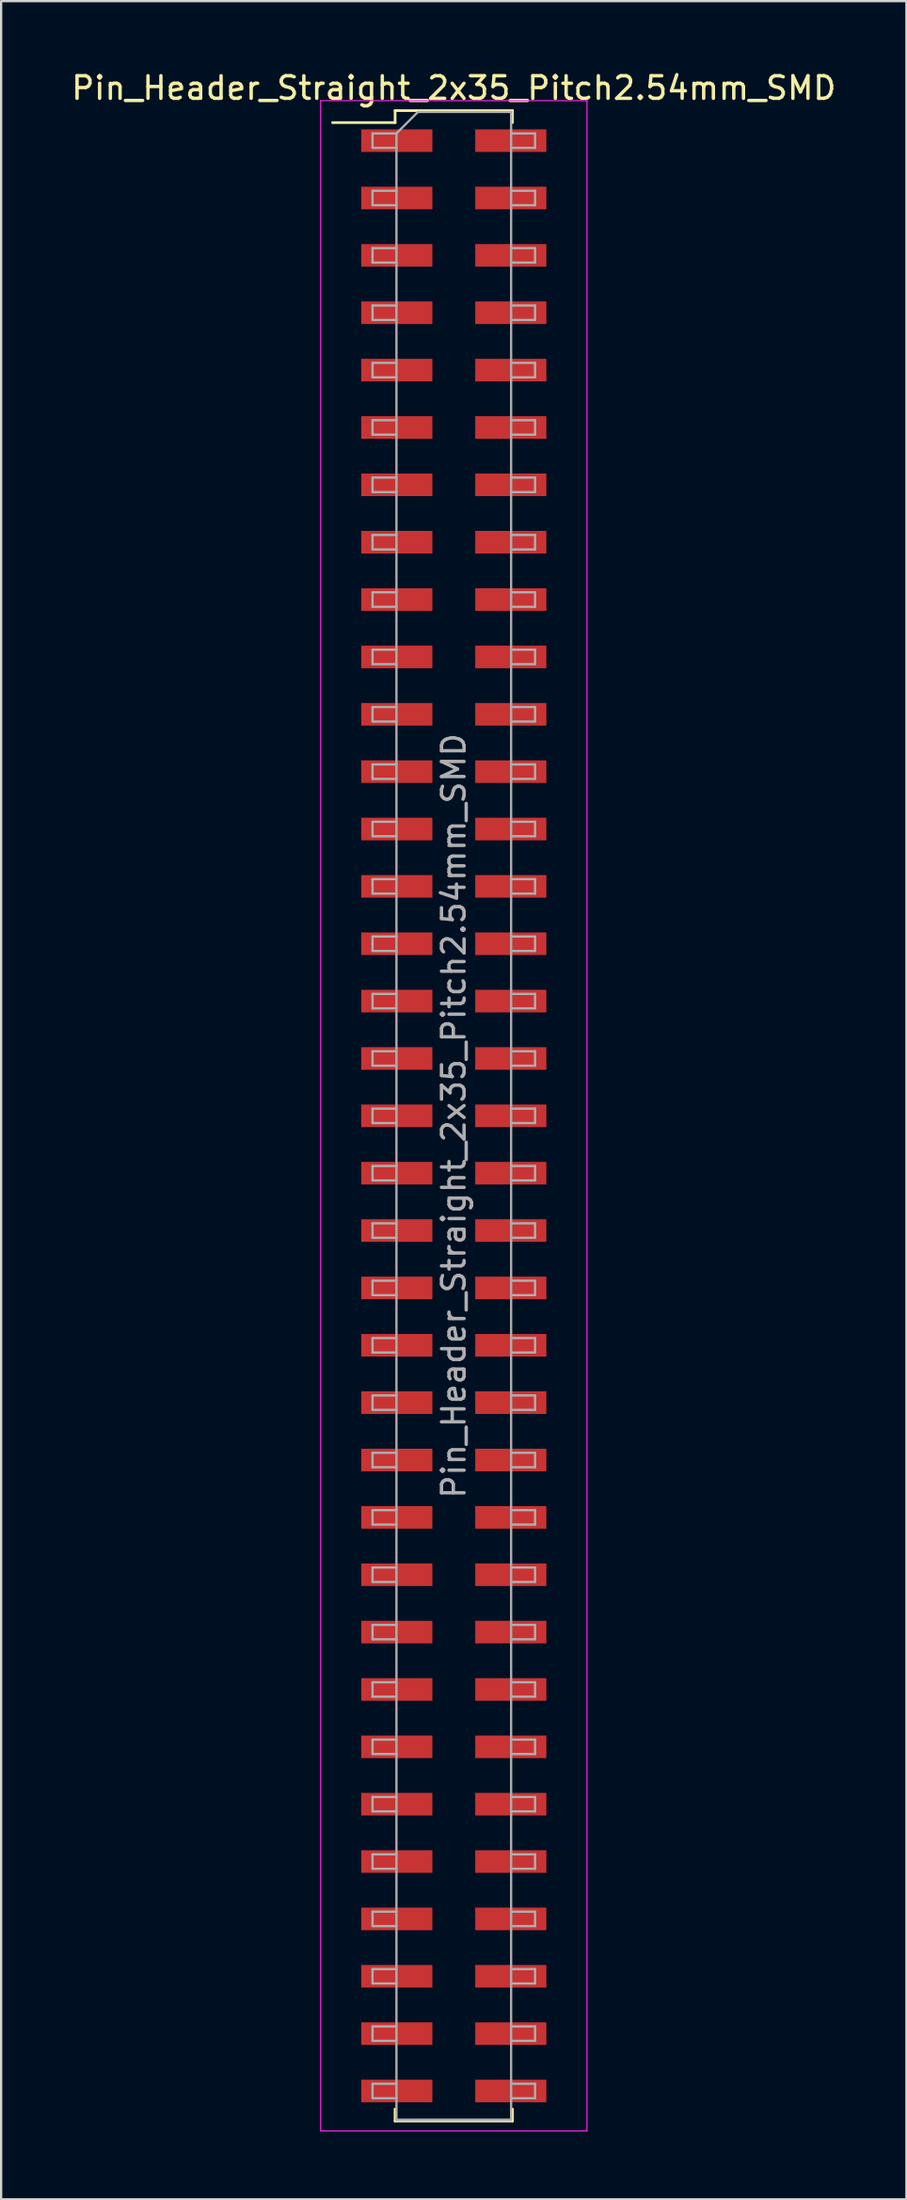
<source format=kicad_pcb>
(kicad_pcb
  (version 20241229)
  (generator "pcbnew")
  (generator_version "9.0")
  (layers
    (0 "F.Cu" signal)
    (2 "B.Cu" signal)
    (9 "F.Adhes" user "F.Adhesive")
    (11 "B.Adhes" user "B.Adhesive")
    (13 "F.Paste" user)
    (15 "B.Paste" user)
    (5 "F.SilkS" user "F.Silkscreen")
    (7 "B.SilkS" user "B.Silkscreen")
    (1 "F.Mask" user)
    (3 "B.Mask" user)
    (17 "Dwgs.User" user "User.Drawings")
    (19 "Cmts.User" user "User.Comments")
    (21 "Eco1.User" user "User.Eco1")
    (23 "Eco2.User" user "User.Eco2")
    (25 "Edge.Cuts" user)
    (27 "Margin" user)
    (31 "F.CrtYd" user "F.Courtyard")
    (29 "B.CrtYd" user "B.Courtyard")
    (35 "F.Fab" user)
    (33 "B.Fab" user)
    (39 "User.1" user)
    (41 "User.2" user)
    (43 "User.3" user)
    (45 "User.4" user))
  (footprint "Pin_Header_Straight_2x35_Pitch2.54mm_SMD"
    (layer "F.Cu")
    (at 17.054 46.358)
    (property "Reference" "Pin_Header_Straight_2x35_Pitch2.54mm_SMD" (at 0 -45.51 0) (layer "F.SilkS") (effects (font (size 1 1) (thickness 0.15))))
    (attr smd)
    (fp_line (start -5.37 -43.98) (end -2.6 -43.98) (stroke (width 0.12) (type solid)) (layer "F.SilkS"))
    (fp_line (start -2.6 -44.51) (end 2.6 -44.51) (stroke (width 0.12) (type solid)) (layer "F.SilkS"))
    (fp_line (start -2.6 -43.98) (end -2.6 -44.51) (stroke (width 0.12) (type solid)) (layer "F.SilkS"))
    (fp_line (start -2.6 43.98) (end -2.6 44.51) (stroke (width 0.12) (type solid)) (layer "F.SilkS"))
    (fp_line (start -2.6 44.51) (end 2.6 44.51) (stroke (width 0.12) (type solid)) (layer "F.SilkS"))
    (fp_line (start 2.6 -44.51) (end 2.6 -43.98) (stroke (width 0.12) (type solid)) (layer "F.SilkS"))
    (fp_line (start 2.6 44.51) (end 2.6 43.98) (stroke (width 0.12) (type solid)) (layer "F.SilkS"))
    (fp_line (start -5.9 -44.95) (end -5.9 44.95) (stroke (width 0.05) (type solid)) (layer "F.CrtYd"))
    (fp_line (start -5.9 44.95) (end 5.9 44.95) (stroke (width 0.05) (type solid)) (layer "F.CrtYd"))
    (fp_line (start 5.9 -44.95) (end -5.9 -44.95) (stroke (width 0.05) (type solid)) (layer "F.CrtYd"))
    (fp_line (start 5.9 44.95) (end 5.9 -44.95) (stroke (width 0.05) (type solid)) (layer "F.CrtYd"))
    (fp_line (start -3.6 -43.5) (end -3.6 -42.86) (stroke (width 0.1) (type solid)) (layer "F.Fab"))
    (fp_line (start -3.6 -42.86) (end -2.54 -42.86) (stroke (width 0.1) (type solid)) (layer "F.Fab"))
    (fp_line (start -3.6 -40.96) (end -3.6 -40.32) (stroke (width 0.1) (type solid)) (layer "F.Fab"))
    (fp_line (start -3.6 -40.32) (end -2.54 -40.32) (stroke (width 0.1) (type solid)) (layer "F.Fab"))
    (fp_line (start -3.6 -38.42) (end -3.6 -37.78) (stroke (width 0.1) (type solid)) (layer "F.Fab"))
    (fp_line (start -3.6 -37.78) (end -2.54 -37.78) (stroke (width 0.1) (type solid)) (layer "F.Fab"))
    (fp_line (start -3.6 -35.88) (end -3.6 -35.24) (stroke (width 0.1) (type solid)) (layer "F.Fab"))
    (fp_line (start -3.6 -35.24) (end -2.54 -35.24) (stroke (width 0.1) (type solid)) (layer "F.Fab"))
    (fp_line (start -3.6 -33.34) (end -3.6 -32.7) (stroke (width 0.1) (type solid)) (layer "F.Fab"))
    (fp_line (start -3.6 -32.7) (end -2.54 -32.7) (stroke (width 0.1) (type solid)) (layer "F.Fab"))
    (fp_line (start -3.6 -30.8) (end -3.6 -30.16) (stroke (width 0.1) (type solid)) (layer "F.Fab"))
    (fp_line (start -3.6 -30.16) (end -2.54 -30.16) (stroke (width 0.1) (type solid)) (layer "F.Fab"))
    (fp_line (start -3.6 -28.26) (end -3.6 -27.62) (stroke (width 0.1) (type solid)) (layer "F.Fab"))
    (fp_line (start -3.6 -27.62) (end -2.54 -27.62) (stroke (width 0.1) (type solid)) (layer "F.Fab"))
    (fp_line (start -3.6 -25.72) (end -3.6 -25.08) (stroke (width 0.1) (type solid)) (layer "F.Fab"))
    (fp_line (start -3.6 -25.08) (end -2.54 -25.08) (stroke (width 0.1) (type solid)) (layer "F.Fab"))
    (fp_line (start -3.6 -23.18) (end -3.6 -22.54) (stroke (width 0.1) (type solid)) (layer "F.Fab"))
    (fp_line (start -3.6 -22.54) (end -2.54 -22.54) (stroke (width 0.1) (type solid)) (layer "F.Fab"))
    (fp_line (start -3.6 -20.64) (end -3.6 -20) (stroke (width 0.1) (type solid)) (layer "F.Fab"))
    (fp_line (start -3.6 -20) (end -2.54 -20) (stroke (width 0.1) (type solid)) (layer "F.Fab"))
    (fp_line (start -3.6 -18.1) (end -3.6 -17.46) (stroke (width 0.1) (type solid)) (layer "F.Fab"))
    (fp_line (start -3.6 -17.46) (end -2.54 -17.46) (stroke (width 0.1) (type solid)) (layer "F.Fab"))
    (fp_line (start -3.6 -15.56) (end -3.6 -14.92) (stroke (width 0.1) (type solid)) (layer "F.Fab"))
    (fp_line (start -3.6 -14.92) (end -2.54 -14.92) (stroke (width 0.1) (type solid)) (layer "F.Fab"))
    (fp_line (start -3.6 -13.02) (end -3.6 -12.38) (stroke (width 0.1) (type solid)) (layer "F.Fab"))
    (fp_line (start -3.6 -12.38) (end -2.54 -12.38) (stroke (width 0.1) (type solid)) (layer "F.Fab"))
    (fp_line (start -3.6 -10.48) (end -3.6 -9.84) (stroke (width 0.1) (type solid)) (layer "F.Fab"))
    (fp_line (start -3.6 -9.84) (end -2.54 -9.84) (stroke (width 0.1) (type solid)) (layer "F.Fab"))
    (fp_line (start -3.6 -7.94) (end -3.6 -7.3) (stroke (width 0.1) (type solid)) (layer "F.Fab"))
    (fp_line (start -3.6 -7.3) (end -2.54 -7.3) (stroke (width 0.1) (type solid)) (layer "F.Fab"))
    (fp_line (start -3.6 -5.4) (end -3.6 -4.76) (stroke (width 0.1) (type solid)) (layer "F.Fab"))
    (fp_line (start -3.6 -4.76) (end -2.54 -4.76) (stroke (width 0.1) (type solid)) (layer "F.Fab"))
    (fp_line (start -3.6 -2.86) (end -3.6 -2.22) (stroke (width 0.1) (type solid)) (layer "F.Fab"))
    (fp_line (start -3.6 -2.22) (end -2.54 -2.22) (stroke (width 0.1) (type solid)) (layer "F.Fab"))
    (fp_line (start -3.6 -0.32) (end -3.6 0.32) (stroke (width 0.1) (type solid)) (layer "F.Fab"))
    (fp_line (start -3.6 0.32) (end -2.54 0.32) (stroke (width 0.1) (type solid)) (layer "F.Fab"))
    (fp_line (start -3.6 2.22) (end -3.6 2.86) (stroke (width 0.1) (type solid)) (layer "F.Fab"))
    (fp_line (start -3.6 2.86) (end -2.54 2.86) (stroke (width 0.1) (type solid)) (layer "F.Fab"))
    (fp_line (start -3.6 4.76) (end -3.6 5.4) (stroke (width 0.1) (type solid)) (layer "F.Fab"))
    (fp_line (start -3.6 5.4) (end -2.54 5.4) (stroke (width 0.1) (type solid)) (layer "F.Fab"))
    (fp_line (start -3.6 7.3) (end -3.6 7.94) (stroke (width 0.1) (type solid)) (layer "F.Fab"))
    (fp_line (start -3.6 7.94) (end -2.54 7.94) (stroke (width 0.1) (type solid)) (layer "F.Fab"))
    (fp_line (start -3.6 9.84) (end -3.6 10.48) (stroke (width 0.1) (type solid)) (layer "F.Fab"))
    (fp_line (start -3.6 10.48) (end -2.54 10.48) (stroke (width 0.1) (type solid)) (layer "F.Fab"))
    (fp_line (start -3.6 12.38) (end -3.6 13.02) (stroke (width 0.1) (type solid)) (layer "F.Fab"))
    (fp_line (start -3.6 13.02) (end -2.54 13.02) (stroke (width 0.1) (type solid)) (layer "F.Fab"))
    (fp_line (start -3.6 14.92) (end -3.6 15.56) (stroke (width 0.1) (type solid)) (layer "F.Fab"))
    (fp_line (start -3.6 15.56) (end -2.54 15.56) (stroke (width 0.1) (type solid)) (layer "F.Fab"))
    (fp_line (start -3.6 17.46) (end -3.6 18.1) (stroke (width 0.1) (type solid)) (layer "F.Fab"))
    (fp_line (start -3.6 18.1) (end -2.54 18.1) (stroke (width 0.1) (type solid)) (layer "F.Fab"))
    (fp_line (start -3.6 20) (end -3.6 20.64) (stroke (width 0.1) (type solid)) (layer "F.Fab"))
    (fp_line (start -3.6 20.64) (end -2.54 20.64) (stroke (width 0.1) (type solid)) (layer "F.Fab"))
    (fp_line (start -3.6 22.54) (end -3.6 23.18) (stroke (width 0.1) (type solid)) (layer "F.Fab"))
    (fp_line (start -3.6 23.18) (end -2.54 23.18) (stroke (width 0.1) (type solid)) (layer "F.Fab"))
    (fp_line (start -3.6 25.08) (end -3.6 25.72) (stroke (width 0.1) (type solid)) (layer "F.Fab"))
    (fp_line (start -3.6 25.72) (end -2.54 25.72) (stroke (width 0.1) (type solid)) (layer "F.Fab"))
    (fp_line (start -3.6 27.62) (end -3.6 28.26) (stroke (width 0.1) (type solid)) (layer "F.Fab"))
    (fp_line (start -3.6 28.26) (end -2.54 28.26) (stroke (width 0.1) (type solid)) (layer "F.Fab"))
    (fp_line (start -3.6 30.16) (end -3.6 30.8) (stroke (width 0.1) (type solid)) (layer "F.Fab"))
    (fp_line (start -3.6 30.8) (end -2.54 30.8) (stroke (width 0.1) (type solid)) (layer "F.Fab"))
    (fp_line (start -3.6 32.7) (end -3.6 33.34) (stroke (width 0.1) (type solid)) (layer "F.Fab"))
    (fp_line (start -3.6 33.34) (end -2.54 33.34) (stroke (width 0.1) (type solid)) (layer "F.Fab"))
    (fp_line (start -3.6 35.24) (end -3.6 35.88) (stroke (width 0.1) (type solid)) (layer "F.Fab"))
    (fp_line (start -3.6 35.88) (end -2.54 35.88) (stroke (width 0.1) (type solid)) (layer "F.Fab"))
    (fp_line (start -3.6 37.78) (end -3.6 38.42) (stroke (width 0.1) (type solid)) (layer "F.Fab"))
    (fp_line (start -3.6 38.42) (end -2.54 38.42) (stroke (width 0.1) (type solid)) (layer "F.Fab"))
    (fp_line (start -3.6 40.32) (end -3.6 40.96) (stroke (width 0.1) (type solid)) (layer "F.Fab"))
    (fp_line (start -3.6 40.96) (end -2.54 40.96) (stroke (width 0.1) (type solid)) (layer "F.Fab"))
    (fp_line (start -3.6 42.86) (end -3.6 43.5) (stroke (width 0.1) (type solid)) (layer "F.Fab"))
    (fp_line (start -3.6 43.5) (end -2.54 43.5) (stroke (width 0.1) (type solid)) (layer "F.Fab"))
    (fp_line (start -2.54 -43.5) (end -3.6 -43.5) (stroke (width 0.1) (type solid)) (layer "F.Fab"))
    (fp_line (start -2.54 -43.5) (end -1.59 -44.45) (stroke (width 0.1) (type solid)) (layer "F.Fab"))
    (fp_line (start -2.54 -40.96) (end -3.6 -40.96) (stroke (width 0.1) (type solid)) (layer "F.Fab"))
    (fp_line (start -2.54 -38.42) (end -3.6 -38.42) (stroke (width 0.1) (type solid)) (layer "F.Fab"))
    (fp_line (start -2.54 -35.88) (end -3.6 -35.88) (stroke (width 0.1) (type solid)) (layer "F.Fab"))
    (fp_line (start -2.54 -33.34) (end -3.6 -33.34) (stroke (width 0.1) (type solid)) (layer "F.Fab"))
    (fp_line (start -2.54 -30.8) (end -3.6 -30.8) (stroke (width 0.1) (type solid)) (layer "F.Fab"))
    (fp_line (start -2.54 -28.26) (end -3.6 -28.26) (stroke (width 0.1) (type solid)) (layer "F.Fab"))
    (fp_line (start -2.54 -25.72) (end -3.6 -25.72) (stroke (width 0.1) (type solid)) (layer "F.Fab"))
    (fp_line (start -2.54 -23.18) (end -3.6 -23.18) (stroke (width 0.1) (type solid)) (layer "F.Fab"))
    (fp_line (start -2.54 -20.64) (end -3.6 -20.64) (stroke (width 0.1) (type solid)) (layer "F.Fab"))
    (fp_line (start -2.54 -18.1) (end -3.6 -18.1) (stroke (width 0.1) (type solid)) (layer "F.Fab"))
    (fp_line (start -2.54 -15.56) (end -3.6 -15.56) (stroke (width 0.1) (type solid)) (layer "F.Fab"))
    (fp_line (start -2.54 -13.02) (end -3.6 -13.02) (stroke (width 0.1) (type solid)) (layer "F.Fab"))
    (fp_line (start -2.54 -10.48) (end -3.6 -10.48) (stroke (width 0.1) (type solid)) (layer "F.Fab"))
    (fp_line (start -2.54 -7.94) (end -3.6 -7.94) (stroke (width 0.1) (type solid)) (layer "F.Fab"))
    (fp_line (start -2.54 -5.4) (end -3.6 -5.4) (stroke (width 0.1) (type solid)) (layer "F.Fab"))
    (fp_line (start -2.54 -2.86) (end -3.6 -2.86) (stroke (width 0.1) (type solid)) (layer "F.Fab"))
    (fp_line (start -2.54 -0.32) (end -3.6 -0.32) (stroke (width 0.1) (type solid)) (layer "F.Fab"))
    (fp_line (start -2.54 2.22) (end -3.6 2.22) (stroke (width 0.1) (type solid)) (layer "F.Fab"))
    (fp_line (start -2.54 4.76) (end -3.6 4.76) (stroke (width 0.1) (type solid)) (layer "F.Fab"))
    (fp_line (start -2.54 7.3) (end -3.6 7.3) (stroke (width 0.1) (type solid)) (layer "F.Fab"))
    (fp_line (start -2.54 9.84) (end -3.6 9.84) (stroke (width 0.1) (type solid)) (layer "F.Fab"))
    (fp_line (start -2.54 12.38) (end -3.6 12.38) (stroke (width 0.1) (type solid)) (layer "F.Fab"))
    (fp_line (start -2.54 14.92) (end -3.6 14.92) (stroke (width 0.1) (type solid)) (layer "F.Fab"))
    (fp_line (start -2.54 17.46) (end -3.6 17.46) (stroke (width 0.1) (type solid)) (layer "F.Fab"))
    (fp_line (start -2.54 20) (end -3.6 20) (stroke (width 0.1) (type solid)) (layer "F.Fab"))
    (fp_line (start -2.54 22.54) (end -3.6 22.54) (stroke (width 0.1) (type solid)) (layer "F.Fab"))
    (fp_line (start -2.54 25.08) (end -3.6 25.08) (stroke (width 0.1) (type solid)) (layer "F.Fab"))
    (fp_line (start -2.54 27.62) (end -3.6 27.62) (stroke (width 0.1) (type solid)) (layer "F.Fab"))
    (fp_line (start -2.54 30.16) (end -3.6 30.16) (stroke (width 0.1) (type solid)) (layer "F.Fab"))
    (fp_line (start -2.54 32.7) (end -3.6 32.7) (stroke (width 0.1) (type solid)) (layer "F.Fab"))
    (fp_line (start -2.54 35.24) (end -3.6 35.24) (stroke (width 0.1) (type solid)) (layer "F.Fab"))
    (fp_line (start -2.54 37.78) (end -3.6 37.78) (stroke (width 0.1) (type solid)) (layer "F.Fab"))
    (fp_line (start -2.54 40.32) (end -3.6 40.32) (stroke (width 0.1) (type solid)) (layer "F.Fab"))
    (fp_line (start -2.54 42.86) (end -3.6 42.86) (stroke (width 0.1) (type solid)) (layer "F.Fab"))
    (fp_line (start -2.54 44.45) (end -2.54 -43.5) (stroke (width 0.1) (type solid)) (layer "F.Fab"))
    (fp_line (start -1.59 -44.45) (end 2.54 -44.45) (stroke (width 0.1) (type solid)) (layer "F.Fab"))
    (fp_line (start 2.54 -44.45) (end 2.54 44.45) (stroke (width 0.1) (type solid)) (layer "F.Fab"))
    (fp_line (start 2.54 -43.5) (end 3.6 -43.5) (stroke (width 0.1) (type solid)) (layer "F.Fab"))
    (fp_line (start 2.54 -40.96) (end 3.6 -40.96) (stroke (width 0.1) (type solid)) (layer "F.Fab"))
    (fp_line (start 2.54 -38.42) (end 3.6 -38.42) (stroke (width 0.1) (type solid)) (layer "F.Fab"))
    (fp_line (start 2.54 -35.88) (end 3.6 -35.88) (stroke (width 0.1) (type solid)) (layer "F.Fab"))
    (fp_line (start 2.54 -33.34) (end 3.6 -33.34) (stroke (width 0.1) (type solid)) (layer "F.Fab"))
    (fp_line (start 2.54 -30.8) (end 3.6 -30.8) (stroke (width 0.1) (type solid)) (layer "F.Fab"))
    (fp_line (start 2.54 -28.26) (end 3.6 -28.26) (stroke (width 0.1) (type solid)) (layer "F.Fab"))
    (fp_line (start 2.54 -25.72) (end 3.6 -25.72) (stroke (width 0.1) (type solid)) (layer "F.Fab"))
    (fp_line (start 2.54 -23.18) (end 3.6 -23.18) (stroke (width 0.1) (type solid)) (layer "F.Fab"))
    (fp_line (start 2.54 -20.64) (end 3.6 -20.64) (stroke (width 0.1) (type solid)) (layer "F.Fab"))
    (fp_line (start 2.54 -18.1) (end 3.6 -18.1) (stroke (width 0.1) (type solid)) (layer "F.Fab"))
    (fp_line (start 2.54 -15.56) (end 3.6 -15.56) (stroke (width 0.1) (type solid)) (layer "F.Fab"))
    (fp_line (start 2.54 -13.02) (end 3.6 -13.02) (stroke (width 0.1) (type solid)) (layer "F.Fab"))
    (fp_line (start 2.54 -10.48) (end 3.6 -10.48) (stroke (width 0.1) (type solid)) (layer "F.Fab"))
    (fp_line (start 2.54 -7.94) (end 3.6 -7.94) (stroke (width 0.1) (type solid)) (layer "F.Fab"))
    (fp_line (start 2.54 -5.4) (end 3.6 -5.4) (stroke (width 0.1) (type solid)) (layer "F.Fab"))
    (fp_line (start 2.54 -2.86) (end 3.6 -2.86) (stroke (width 0.1) (type solid)) (layer "F.Fab"))
    (fp_line (start 2.54 -0.32) (end 3.6 -0.32) (stroke (width 0.1) (type solid)) (layer "F.Fab"))
    (fp_line (start 2.54 2.22) (end 3.6 2.22) (stroke (width 0.1) (type solid)) (layer "F.Fab"))
    (fp_line (start 2.54 4.76) (end 3.6 4.76) (stroke (width 0.1) (type solid)) (layer "F.Fab"))
    (fp_line (start 2.54 7.3) (end 3.6 7.3) (stroke (width 0.1) (type solid)) (layer "F.Fab"))
    (fp_line (start 2.54 9.84) (end 3.6 9.84) (stroke (width 0.1) (type solid)) (layer "F.Fab"))
    (fp_line (start 2.54 12.38) (end 3.6 12.38) (stroke (width 0.1) (type solid)) (layer "F.Fab"))
    (fp_line (start 2.54 14.92) (end 3.6 14.92) (stroke (width 0.1) (type solid)) (layer "F.Fab"))
    (fp_line (start 2.54 17.46) (end 3.6 17.46) (stroke (width 0.1) (type solid)) (layer "F.Fab"))
    (fp_line (start 2.54 20) (end 3.6 20) (stroke (width 0.1) (type solid)) (layer "F.Fab"))
    (fp_line (start 2.54 22.54) (end 3.6 22.54) (stroke (width 0.1) (type solid)) (layer "F.Fab"))
    (fp_line (start 2.54 25.08) (end 3.6 25.08) (stroke (width 0.1) (type solid)) (layer "F.Fab"))
    (fp_line (start 2.54 27.62) (end 3.6 27.62) (stroke (width 0.1) (type solid)) (layer "F.Fab"))
    (fp_line (start 2.54 30.16) (end 3.6 30.16) (stroke (width 0.1) (type solid)) (layer "F.Fab"))
    (fp_line (start 2.54 32.7) (end 3.6 32.7) (stroke (width 0.1) (type solid)) (layer "F.Fab"))
    (fp_line (start 2.54 35.24) (end 3.6 35.24) (stroke (width 0.1) (type solid)) (layer "F.Fab"))
    (fp_line (start 2.54 37.78) (end 3.6 37.78) (stroke (width 0.1) (type solid)) (layer "F.Fab"))
    (fp_line (start 2.54 40.32) (end 3.6 40.32) (stroke (width 0.1) (type solid)) (layer "F.Fab"))
    (fp_line (start 2.54 42.86) (end 3.6 42.86) (stroke (width 0.1) (type solid)) (layer "F.Fab"))
    (fp_line (start 2.54 44.45) (end -2.54 44.45) (stroke (width 0.1) (type solid)) (layer "F.Fab"))
    (fp_line (start 3.6 -43.5) (end 3.6 -42.86) (stroke (width 0.1) (type solid)) (layer "F.Fab"))
    (fp_line (start 3.6 -42.86) (end 2.54 -42.86) (stroke (width 0.1) (type solid)) (layer "F.Fab"))
    (fp_line (start 3.6 -40.96) (end 3.6 -40.32) (stroke (width 0.1) (type solid)) (layer "F.Fab"))
    (fp_line (start 3.6 -40.32) (end 2.54 -40.32) (stroke (width 0.1) (type solid)) (layer "F.Fab"))
    (fp_line (start 3.6 -38.42) (end 3.6 -37.78) (stroke (width 0.1) (type solid)) (layer "F.Fab"))
    (fp_line (start 3.6 -37.78) (end 2.54 -37.78) (stroke (width 0.1) (type solid)) (layer "F.Fab"))
    (fp_line (start 3.6 -35.88) (end 3.6 -35.24) (stroke (width 0.1) (type solid)) (layer "F.Fab"))
    (fp_line (start 3.6 -35.24) (end 2.54 -35.24) (stroke (width 0.1) (type solid)) (layer "F.Fab"))
    (fp_line (start 3.6 -33.34) (end 3.6 -32.7) (stroke (width 0.1) (type solid)) (layer "F.Fab"))
    (fp_line (start 3.6 -32.7) (end 2.54 -32.7) (stroke (width 0.1) (type solid)) (layer "F.Fab"))
    (fp_line (start 3.6 -30.8) (end 3.6 -30.16) (stroke (width 0.1) (type solid)) (layer "F.Fab"))
    (fp_line (start 3.6 -30.16) (end 2.54 -30.16) (stroke (width 0.1) (type solid)) (layer "F.Fab"))
    (fp_line (start 3.6 -28.26) (end 3.6 -27.62) (stroke (width 0.1) (type solid)) (layer "F.Fab"))
    (fp_line (start 3.6 -27.62) (end 2.54 -27.62) (stroke (width 0.1) (type solid)) (layer "F.Fab"))
    (fp_line (start 3.6 -25.72) (end 3.6 -25.08) (stroke (width 0.1) (type solid)) (layer "F.Fab"))
    (fp_line (start 3.6 -25.08) (end 2.54 -25.08) (stroke (width 0.1) (type solid)) (layer "F.Fab"))
    (fp_line (start 3.6 -23.18) (end 3.6 -22.54) (stroke (width 0.1) (type solid)) (layer "F.Fab"))
    (fp_line (start 3.6 -22.54) (end 2.54 -22.54) (stroke (width 0.1) (type solid)) (layer "F.Fab"))
    (fp_line (start 3.6 -20.64) (end 3.6 -20) (stroke (width 0.1) (type solid)) (layer "F.Fab"))
    (fp_line (start 3.6 -20) (end 2.54 -20) (stroke (width 0.1) (type solid)) (layer "F.Fab"))
    (fp_line (start 3.6 -18.1) (end 3.6 -17.46) (stroke (width 0.1) (type solid)) (layer "F.Fab"))
    (fp_line (start 3.6 -17.46) (end 2.54 -17.46) (stroke (width 0.1) (type solid)) (layer "F.Fab"))
    (fp_line (start 3.6 -15.56) (end 3.6 -14.92) (stroke (width 0.1) (type solid)) (layer "F.Fab"))
    (fp_line (start 3.6 -14.92) (end 2.54 -14.92) (stroke (width 0.1) (type solid)) (layer "F.Fab"))
    (fp_line (start 3.6 -13.02) (end 3.6 -12.38) (stroke (width 0.1) (type solid)) (layer "F.Fab"))
    (fp_line (start 3.6 -12.38) (end 2.54 -12.38) (stroke (width 0.1) (type solid)) (layer "F.Fab"))
    (fp_line (start 3.6 -10.48) (end 3.6 -9.84) (stroke (width 0.1) (type solid)) (layer "F.Fab"))
    (fp_line (start 3.6 -9.84) (end 2.54 -9.84) (stroke (width 0.1) (type solid)) (layer "F.Fab"))
    (fp_line (start 3.6 -7.94) (end 3.6 -7.3) (stroke (width 0.1) (type solid)) (layer "F.Fab"))
    (fp_line (start 3.6 -7.3) (end 2.54 -7.3) (stroke (width 0.1) (type solid)) (layer "F.Fab"))
    (fp_line (start 3.6 -5.4) (end 3.6 -4.76) (stroke (width 0.1) (type solid)) (layer "F.Fab"))
    (fp_line (start 3.6 -4.76) (end 2.54 -4.76) (stroke (width 0.1) (type solid)) (layer "F.Fab"))
    (fp_line (start 3.6 -2.86) (end 3.6 -2.22) (stroke (width 0.1) (type solid)) (layer "F.Fab"))
    (fp_line (start 3.6 -2.22) (end 2.54 -2.22) (stroke (width 0.1) (type solid)) (layer "F.Fab"))
    (fp_line (start 3.6 -0.32) (end 3.6 0.32) (stroke (width 0.1) (type solid)) (layer "F.Fab"))
    (fp_line (start 3.6 0.32) (end 2.54 0.32) (stroke (width 0.1) (type solid)) (layer "F.Fab"))
    (fp_line (start 3.6 2.22) (end 3.6 2.86) (stroke (width 0.1) (type solid)) (layer "F.Fab"))
    (fp_line (start 3.6 2.86) (end 2.54 2.86) (stroke (width 0.1) (type solid)) (layer "F.Fab"))
    (fp_line (start 3.6 4.76) (end 3.6 5.4) (stroke (width 0.1) (type solid)) (layer "F.Fab"))
    (fp_line (start 3.6 5.4) (end 2.54 5.4) (stroke (width 0.1) (type solid)) (layer "F.Fab"))
    (fp_line (start 3.6 7.3) (end 3.6 7.94) (stroke (width 0.1) (type solid)) (layer "F.Fab"))
    (fp_line (start 3.6 7.94) (end 2.54 7.94) (stroke (width 0.1) (type solid)) (layer "F.Fab"))
    (fp_line (start 3.6 9.84) (end 3.6 10.48) (stroke (width 0.1) (type solid)) (layer "F.Fab"))
    (fp_line (start 3.6 10.48) (end 2.54 10.48) (stroke (width 0.1) (type solid)) (layer "F.Fab"))
    (fp_line (start 3.6 12.38) (end 3.6 13.02) (stroke (width 0.1) (type solid)) (layer "F.Fab"))
    (fp_line (start 3.6 13.02) (end 2.54 13.02) (stroke (width 0.1) (type solid)) (layer "F.Fab"))
    (fp_line (start 3.6 14.92) (end 3.6 15.56) (stroke (width 0.1) (type solid)) (layer "F.Fab"))
    (fp_line (start 3.6 15.56) (end 2.54 15.56) (stroke (width 0.1) (type solid)) (layer "F.Fab"))
    (fp_line (start 3.6 17.46) (end 3.6 18.1) (stroke (width 0.1) (type solid)) (layer "F.Fab"))
    (fp_line (start 3.6 18.1) (end 2.54 18.1) (stroke (width 0.1) (type solid)) (layer "F.Fab"))
    (fp_line (start 3.6 20) (end 3.6 20.64) (stroke (width 0.1) (type solid)) (layer "F.Fab"))
    (fp_line (start 3.6 20.64) (end 2.54 20.64) (stroke (width 0.1) (type solid)) (layer "F.Fab"))
    (fp_line (start 3.6 22.54) (end 3.6 23.18) (stroke (width 0.1) (type solid)) (layer "F.Fab"))
    (fp_line (start 3.6 23.18) (end 2.54 23.18) (stroke (width 0.1) (type solid)) (layer "F.Fab"))
    (fp_line (start 3.6 25.08) (end 3.6 25.72) (stroke (width 0.1) (type solid)) (layer "F.Fab"))
    (fp_line (start 3.6 25.72) (end 2.54 25.72) (stroke (width 0.1) (type solid)) (layer "F.Fab"))
    (fp_line (start 3.6 27.62) (end 3.6 28.26) (stroke (width 0.1) (type solid)) (layer "F.Fab"))
    (fp_line (start 3.6 28.26) (end 2.54 28.26) (stroke (width 0.1) (type solid)) (layer "F.Fab"))
    (fp_line (start 3.6 30.16) (end 3.6 30.8) (stroke (width 0.1) (type solid)) (layer "F.Fab"))
    (fp_line (start 3.6 30.8) (end 2.54 30.8) (stroke (width 0.1) (type solid)) (layer "F.Fab"))
    (fp_line (start 3.6 32.7) (end 3.6 33.34) (stroke (width 0.1) (type solid)) (layer "F.Fab"))
    (fp_line (start 3.6 33.34) (end 2.54 33.34) (stroke (width 0.1) (type solid)) (layer "F.Fab"))
    (fp_line (start 3.6 35.24) (end 3.6 35.88) (stroke (width 0.1) (type solid)) (layer "F.Fab"))
    (fp_line (start 3.6 35.88) (end 2.54 35.88) (stroke (width 0.1) (type solid)) (layer "F.Fab"))
    (fp_line (start 3.6 37.78) (end 3.6 38.42) (stroke (width 0.1) (type solid)) (layer "F.Fab"))
    (fp_line (start 3.6 38.42) (end 2.54 38.42) (stroke (width 0.1) (type solid)) (layer "F.Fab"))
    (fp_line (start 3.6 40.32) (end 3.6 40.96) (stroke (width 0.1) (type solid)) (layer "F.Fab"))
    (fp_line (start 3.6 40.96) (end 2.54 40.96) (stroke (width 0.1) (type solid)) (layer "F.Fab"))
    (fp_line (start 3.6 42.86) (end 3.6 43.5) (stroke (width 0.1) (type solid)) (layer "F.Fab"))
    (fp_line (start 3.6 43.5) (end 2.54 43.5) (stroke (width 0.1) (type solid)) (layer "F.Fab"))
    (fp_text user "${REFERENCE}" (at 0 0 90) (layer "F.Fab") (effects (font (size 1 1) (thickness 0.15))))
    (pad "1" smd rect (at -2.525 -43.18) (size 3.15 1) (layers "F.Cu" "F.Mask" "F.Paste"))
    (pad "2" smd rect (at 2.525 -43.18) (size 3.15 1) (layers "F.Cu" "F.Mask" "F.Paste"))
    (pad "3" smd rect (at -2.525 -40.64) (size 3.15 1) (layers "F.Cu" "F.Mask" "F.Paste"))
    (pad "4" smd rect (at 2.525 -40.64) (size 3.15 1) (layers "F.Cu" "F.Mask" "F.Paste"))
    (pad "5" smd rect (at -2.525 -38.1) (size 3.15 1) (layers "F.Cu" "F.Mask" "F.Paste"))
    (pad "6" smd rect (at 2.525 -38.1) (size 3.15 1) (layers "F.Cu" "F.Mask" "F.Paste"))
    (pad "7" smd rect (at -2.525 -35.56) (size 3.15 1) (layers "F.Cu" "F.Mask" "F.Paste"))
    (pad "8" smd rect (at 2.525 -35.56) (size 3.15 1) (layers "F.Cu" "F.Mask" "F.Paste"))
    (pad "9" smd rect (at -2.525 -33.02) (size 3.15 1) (layers "F.Cu" "F.Mask" "F.Paste"))
    (pad "10" smd rect (at 2.525 -33.02) (size 3.15 1) (layers "F.Cu" "F.Mask" "F.Paste"))
    (pad "11" smd rect (at -2.525 -30.48) (size 3.15 1) (layers "F.Cu" "F.Mask" "F.Paste"))
    (pad "12" smd rect (at 2.525 -30.48) (size 3.15 1) (layers "F.Cu" "F.Mask" "F.Paste"))
    (pad "13" smd rect (at -2.525 -27.94) (size 3.15 1) (layers "F.Cu" "F.Mask" "F.Paste"))
    (pad "14" smd rect (at 2.525 -27.94) (size 3.15 1) (layers "F.Cu" "F.Mask" "F.Paste"))
    (pad "15" smd rect (at -2.525 -25.4) (size 3.15 1) (layers "F.Cu" "F.Mask" "F.Paste"))
    (pad "16" smd rect (at 2.525 -25.4) (size 3.15 1) (layers "F.Cu" "F.Mask" "F.Paste"))
    (pad "17" smd rect (at -2.525 -22.86) (size 3.15 1) (layers "F.Cu" "F.Mask" "F.Paste"))
    (pad "18" smd rect (at 2.525 -22.86) (size 3.15 1) (layers "F.Cu" "F.Mask" "F.Paste"))
    (pad "19" smd rect (at -2.525 -20.32) (size 3.15 1) (layers "F.Cu" "F.Mask" "F.Paste"))
    (pad "20" smd rect (at 2.525 -20.32) (size 3.15 1) (layers "F.Cu" "F.Mask" "F.Paste"))
    (pad "21" smd rect (at -2.525 -17.78) (size 3.15 1) (layers "F.Cu" "F.Mask" "F.Paste"))
    (pad "22" smd rect (at 2.525 -17.78) (size 3.15 1) (layers "F.Cu" "F.Mask" "F.Paste"))
    (pad "23" smd rect (at -2.525 -15.24) (size 3.15 1) (layers "F.Cu" "F.Mask" "F.Paste"))
    (pad "24" smd rect (at 2.525 -15.24) (size 3.15 1) (layers "F.Cu" "F.Mask" "F.Paste"))
    (pad "25" smd rect (at -2.525 -12.7) (size 3.15 1) (layers "F.Cu" "F.Mask" "F.Paste"))
    (pad "26" smd rect (at 2.525 -12.7) (size 3.15 1) (layers "F.Cu" "F.Mask" "F.Paste"))
    (pad "27" smd rect (at -2.525 -10.16) (size 3.15 1) (layers "F.Cu" "F.Mask" "F.Paste"))
    (pad "28" smd rect (at 2.525 -10.16) (size 3.15 1) (layers "F.Cu" "F.Mask" "F.Paste"))
    (pad "29" smd rect (at -2.525 -7.62) (size 3.15 1) (layers "F.Cu" "F.Mask" "F.Paste"))
    (pad "30" smd rect (at 2.525 -7.62) (size 3.15 1) (layers "F.Cu" "F.Mask" "F.Paste"))
    (pad "31" smd rect (at -2.525 -5.08) (size 3.15 1) (layers "F.Cu" "F.Mask" "F.Paste"))
    (pad "32" smd rect (at 2.525 -5.08) (size 3.15 1) (layers "F.Cu" "F.Mask" "F.Paste"))
    (pad "33" smd rect (at -2.525 -2.54) (size 3.15 1) (layers "F.Cu" "F.Mask" "F.Paste"))
    (pad "34" smd rect (at 2.525 -2.54) (size 3.15 1) (layers "F.Cu" "F.Mask" "F.Paste"))
    (pad "35" smd rect (at -2.525 0) (size 3.15 1) (layers "F.Cu" "F.Mask" "F.Paste"))
    (pad "36" smd rect (at 2.525 0) (size 3.15 1) (layers "F.Cu" "F.Mask" "F.Paste"))
    (pad "37" smd rect (at -2.525 2.54) (size 3.15 1) (layers "F.Cu" "F.Mask" "F.Paste"))
    (pad "38" smd rect (at 2.525 2.54) (size 3.15 1) (layers "F.Cu" "F.Mask" "F.Paste"))
    (pad "39" smd rect (at -2.525 5.08) (size 3.15 1) (layers "F.Cu" "F.Mask" "F.Paste"))
    (pad "40" smd rect (at 2.525 5.08) (size 3.15 1) (layers "F.Cu" "F.Mask" "F.Paste"))
    (pad "41" smd rect (at -2.525 7.62) (size 3.15 1) (layers "F.Cu" "F.Mask" "F.Paste"))
    (pad "42" smd rect (at 2.525 7.62) (size 3.15 1) (layers "F.Cu" "F.Mask" "F.Paste"))
    (pad "43" smd rect (at -2.525 10.16) (size 3.15 1) (layers "F.Cu" "F.Mask" "F.Paste"))
    (pad "44" smd rect (at 2.525 10.16) (size 3.15 1) (layers "F.Cu" "F.Mask" "F.Paste"))
    (pad "45" smd rect (at -2.525 12.7) (size 3.15 1) (layers "F.Cu" "F.Mask" "F.Paste"))
    (pad "46" smd rect (at 2.525 12.7) (size 3.15 1) (layers "F.Cu" "F.Mask" "F.Paste"))
    (pad "47" smd rect (at -2.525 15.24) (size 3.15 1) (layers "F.Cu" "F.Mask" "F.Paste"))
    (pad "48" smd rect (at 2.525 15.24) (size 3.15 1) (layers "F.Cu" "F.Mask" "F.Paste"))
    (pad "49" smd rect (at -2.525 17.78) (size 3.15 1) (layers "F.Cu" "F.Mask" "F.Paste"))
    (pad "50" smd rect (at 2.525 17.78) (size 3.15 1) (layers "F.Cu" "F.Mask" "F.Paste"))
    (pad "51" smd rect (at -2.525 20.32) (size 3.15 1) (layers "F.Cu" "F.Mask" "F.Paste"))
    (pad "52" smd rect (at 2.525 20.32) (size 3.15 1) (layers "F.Cu" "F.Mask" "F.Paste"))
    (pad "53" smd rect (at -2.525 22.86) (size 3.15 1) (layers "F.Cu" "F.Mask" "F.Paste"))
    (pad "54" smd rect (at 2.525 22.86) (size 3.15 1) (layers "F.Cu" "F.Mask" "F.Paste"))
    (pad "55" smd rect (at -2.525 25.4) (size 3.15 1) (layers "F.Cu" "F.Mask" "F.Paste"))
    (pad "56" smd rect (at 2.525 25.4) (size 3.15 1) (layers "F.Cu" "F.Mask" "F.Paste"))
    (pad "57" smd rect (at -2.525 27.94) (size 3.15 1) (layers "F.Cu" "F.Mask" "F.Paste"))
    (pad "58" smd rect (at 2.525 27.94) (size 3.15 1) (layers "F.Cu" "F.Mask" "F.Paste"))
    (pad "59" smd rect (at -2.525 30.48) (size 3.15 1) (layers "F.Cu" "F.Mask" "F.Paste"))
    (pad "60" smd rect (at 2.525 30.48) (size 3.15 1) (layers "F.Cu" "F.Mask" "F.Paste"))
    (pad "61" smd rect (at -2.525 33.02) (size 3.15 1) (layers "F.Cu" "F.Mask" "F.Paste"))
    (pad "62" smd rect (at 2.525 33.02) (size 3.15 1) (layers "F.Cu" "F.Mask" "F.Paste"))
    (pad "63" smd rect (at -2.525 35.56) (size 3.15 1) (layers "F.Cu" "F.Mask" "F.Paste"))
    (pad "64" smd rect (at 2.525 35.56) (size 3.15 1) (layers "F.Cu" "F.Mask" "F.Paste"))
    (pad "65" smd rect (at -2.525 38.1) (size 3.15 1) (layers "F.Cu" "F.Mask" "F.Paste"))
    (pad "66" smd rect (at 2.525 38.1) (size 3.15 1) (layers "F.Cu" "F.Mask" "F.Paste"))
    (pad "67" smd rect (at -2.525 40.64) (size 3.15 1) (layers "F.Cu" "F.Mask" "F.Paste"))
    (pad "68" smd rect (at 2.525 40.64) (size 3.15 1) (layers "F.Cu" "F.Mask" "F.Paste"))
    (pad "69" smd rect (at -2.525 43.18) (size 3.15 1) (layers "F.Cu" "F.Mask" "F.Paste"))
    (pad "70" smd rect (at 2.525 43.18) (size 3.15 1) (layers "F.Cu" "F.Mask" "F.Paste")))
  (gr_rect
    (start -3 -3)
    (end 37.107 94.333)
    (stroke (width 0.1) (type default))
    (fill no)
    (layer "Edge.Cuts")))
</source>
